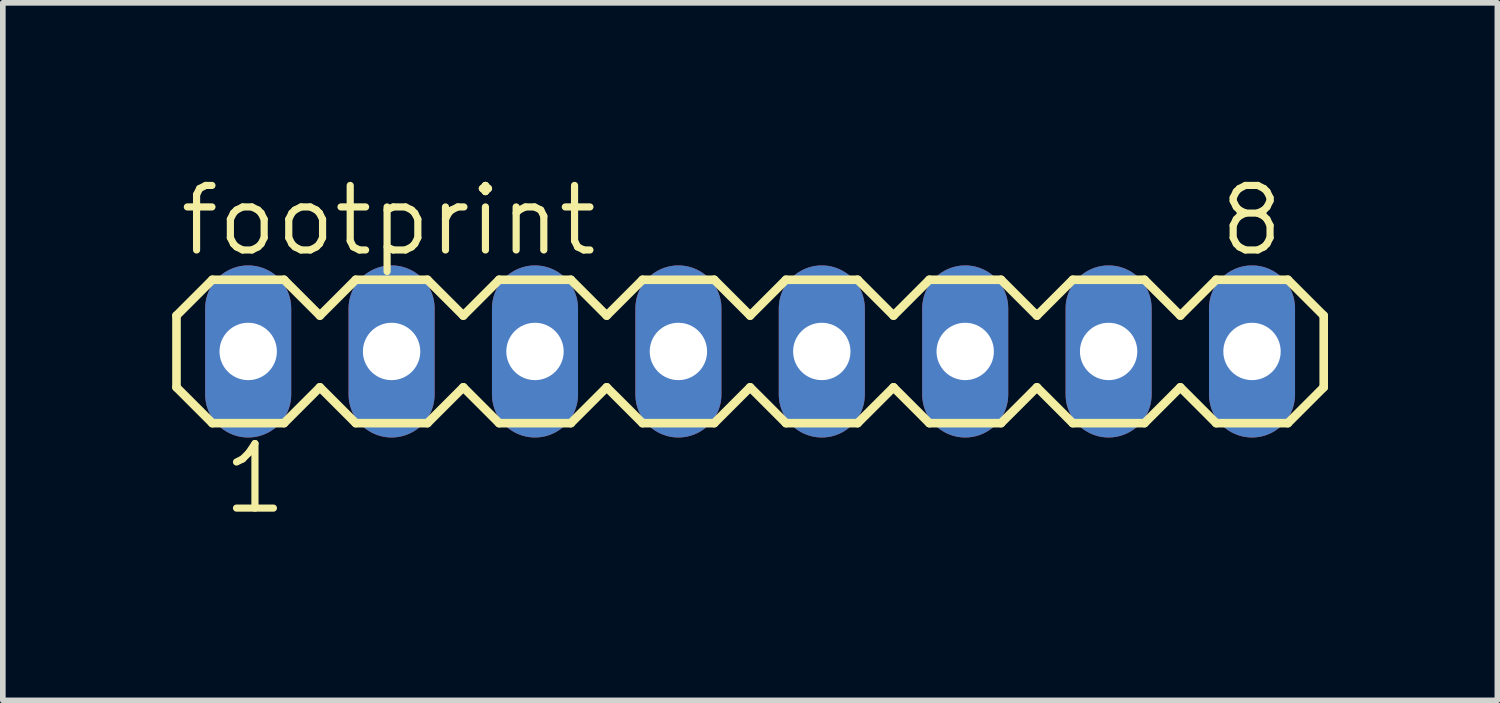
<source format=kicad_pcb>
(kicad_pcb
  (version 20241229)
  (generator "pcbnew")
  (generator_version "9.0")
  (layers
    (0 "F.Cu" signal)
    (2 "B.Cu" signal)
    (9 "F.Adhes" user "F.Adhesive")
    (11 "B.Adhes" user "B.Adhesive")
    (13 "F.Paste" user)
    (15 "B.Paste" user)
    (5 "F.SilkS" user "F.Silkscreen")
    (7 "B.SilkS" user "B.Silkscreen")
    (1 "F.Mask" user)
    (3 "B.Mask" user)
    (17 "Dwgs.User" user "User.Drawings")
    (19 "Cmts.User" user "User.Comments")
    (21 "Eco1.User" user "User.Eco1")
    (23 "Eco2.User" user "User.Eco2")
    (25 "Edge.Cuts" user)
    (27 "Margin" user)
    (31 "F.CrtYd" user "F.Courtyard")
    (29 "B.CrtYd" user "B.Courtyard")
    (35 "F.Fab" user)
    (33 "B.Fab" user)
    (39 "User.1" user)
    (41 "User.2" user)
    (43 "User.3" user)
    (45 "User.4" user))
  (footprint "footprint"
    (layer "F.Cu")
    (at 10.236 3.175)
    (property "Reference" "footprint" (at -10.16 -1.651 0) (layer "F.SilkS") (effects (font (size 1.143 1.143) (thickness 0.127)) (justify left bottom)))
    (fp_line (start -10.16 -0.635) (end -10.16 0.635) (stroke (width 0.152) (type solid)) (layer "F.SilkS"))
    (fp_line (start -10.16 0.635) (end -9.525 1.27) (stroke (width 0.152) (type solid)) (layer "F.SilkS"))
    (fp_line (start -9.525 -1.27) (end -10.16 -0.635) (stroke (width 0.152) (type solid)) (layer "F.SilkS"))
    (fp_line (start -9.525 -1.27) (end -8.255 -1.27) (stroke (width 0.152) (type solid)) (layer "F.SilkS"))
    (fp_line (start -8.255 -1.27) (end -7.62 -0.635) (stroke (width 0.152) (type solid)) (layer "F.SilkS"))
    (fp_line (start -8.255 1.27) (end -9.525 1.27) (stroke (width 0.152) (type solid)) (layer "F.SilkS"))
    (fp_line (start -7.62 -0.635) (end -6.985 -1.27) (stroke (width 0.152) (type solid)) (layer "F.SilkS"))
    (fp_line (start -7.62 0.635) (end -8.255 1.27) (stroke (width 0.152) (type solid)) (layer "F.SilkS"))
    (fp_line (start -6.985 -1.27) (end -5.715 -1.27) (stroke (width 0.152) (type solid)) (layer "F.SilkS"))
    (fp_line (start -6.985 1.27) (end -7.62 0.635) (stroke (width 0.152) (type solid)) (layer "F.SilkS"))
    (fp_line (start -5.715 -1.27) (end -5.08 -0.635) (stroke (width 0.152) (type solid)) (layer "F.SilkS"))
    (fp_line (start -5.715 1.27) (end -6.985 1.27) (stroke (width 0.152) (type solid)) (layer "F.SilkS"))
    (fp_line (start -5.08 -0.635) (end -4.445 -1.27) (stroke (width 0.152) (type solid)) (layer "F.SilkS"))
    (fp_line (start -5.08 0.635) (end -5.715 1.27) (stroke (width 0.152) (type solid)) (layer "F.SilkS"))
    (fp_line (start -4.445 -1.27) (end -3.175 -1.27) (stroke (width 0.152) (type solid)) (layer "F.SilkS"))
    (fp_line (start -4.445 1.27) (end -5.08 0.635) (stroke (width 0.152) (type solid)) (layer "F.SilkS"))
    (fp_line (start -3.175 -1.27) (end -2.54 -0.635) (stroke (width 0.152) (type solid)) (layer "F.SilkS"))
    (fp_line (start -3.175 1.27) (end -4.445 1.27) (stroke (width 0.152) (type solid)) (layer "F.SilkS"))
    (fp_line (start -2.54 0.635) (end -3.175 1.27) (stroke (width 0.152) (type solid)) (layer "F.SilkS"))
    (fp_line (start -2.54 0.635) (end -1.905 1.27) (stroke (width 0.152) (type solid)) (layer "F.SilkS"))
    (fp_line (start -1.905 -1.27) (end -2.54 -0.635) (stroke (width 0.152) (type solid)) (layer "F.SilkS"))
    (fp_line (start -1.905 -1.27) (end -0.635 -1.27) (stroke (width 0.152) (type solid)) (layer "F.SilkS"))
    (fp_line (start -0.635 -1.27) (end 0 -0.635) (stroke (width 0.152) (type solid)) (layer "F.SilkS"))
    (fp_line (start -0.635 1.27) (end -1.905 1.27) (stroke (width 0.152) (type solid)) (layer "F.SilkS"))
    (fp_line (start 0 0.635) (end -0.635 1.27) (stroke (width 0.152) (type solid)) (layer "F.SilkS"))
    (fp_line (start 0 0.635) (end 0.635 1.27) (stroke (width 0.152) (type solid)) (layer "F.SilkS"))
    (fp_line (start 0.635 -1.27) (end 0 -0.635) (stroke (width 0.152) (type solid)) (layer "F.SilkS"))
    (fp_line (start 0.635 -1.27) (end 1.905 -1.27) (stroke (width 0.152) (type solid)) (layer "F.SilkS"))
    (fp_line (start 1.905 -1.27) (end 2.54 -0.635) (stroke (width 0.152) (type solid)) (layer "F.SilkS"))
    (fp_line (start 1.905 1.27) (end 0.635 1.27) (stroke (width 0.152) (type solid)) (layer "F.SilkS"))
    (fp_line (start 2.54 -0.635) (end 3.175 -1.27) (stroke (width 0.152) (type solid)) (layer "F.SilkS"))
    (fp_line (start 2.54 0.635) (end 1.905 1.27) (stroke (width 0.152) (type solid)) (layer "F.SilkS"))
    (fp_line (start 3.175 -1.27) (end 4.445 -1.27) (stroke (width 0.152) (type solid)) (layer "F.SilkS"))
    (fp_line (start 3.175 1.27) (end 2.54 0.635) (stroke (width 0.152) (type solid)) (layer "F.SilkS"))
    (fp_line (start 4.445 -1.27) (end 5.08 -0.635) (stroke (width 0.152) (type solid)) (layer "F.SilkS"))
    (fp_line (start 4.445 1.27) (end 3.175 1.27) (stroke (width 0.152) (type solid)) (layer "F.SilkS"))
    (fp_line (start 5.08 -0.635) (end 5.715 -1.27) (stroke (width 0.152) (type solid)) (layer "F.SilkS"))
    (fp_line (start 5.08 0.635) (end 4.445 1.27) (stroke (width 0.152) (type solid)) (layer "F.SilkS"))
    (fp_line (start 5.715 -1.27) (end 6.985 -1.27) (stroke (width 0.152) (type solid)) (layer "F.SilkS"))
    (fp_line (start 5.715 1.27) (end 5.08 0.635) (stroke (width 0.152) (type solid)) (layer "F.SilkS"))
    (fp_line (start 6.985 -1.27) (end 7.62 -0.635) (stroke (width 0.152) (type solid)) (layer "F.SilkS"))
    (fp_line (start 6.985 1.27) (end 5.715 1.27) (stroke (width 0.152) (type solid)) (layer "F.SilkS"))
    (fp_line (start 7.62 0.635) (end 6.985 1.27) (stroke (width 0.152) (type solid)) (layer "F.SilkS"))
    (fp_line (start 7.62 0.635) (end 8.255 1.27) (stroke (width 0.152) (type solid)) (layer "F.SilkS"))
    (fp_line (start 8.255 -1.27) (end 7.62 -0.635) (stroke (width 0.152) (type solid)) (layer "F.SilkS"))
    (fp_line (start 8.255 -1.27) (end 9.525 -1.27) (stroke (width 0.152) (type solid)) (layer "F.SilkS"))
    (fp_line (start 9.525 -1.27) (end 10.16 -0.635) (stroke (width 0.152) (type solid)) (layer "F.SilkS"))
    (fp_line (start 9.525 1.27) (end 8.255 1.27) (stroke (width 0.152) (type solid)) (layer "F.SilkS"))
    (fp_line (start 10.16 -0.635) (end 10.16 0.635) (stroke (width 0.152) (type solid)) (layer "F.SilkS"))
    (fp_line (start 10.16 0.635) (end 9.525 1.27) (stroke (width 0.152) (type solid)) (layer "F.SilkS"))
    (fp_poly (pts (xy -9.144 0.254) (xy -8.636 0.254) (xy -8.636 -0.254) (xy -9.144 -0.254)) (stroke (width 0.1) (type solid)) (fill no) (layer "F.Fab"))
    (fp_poly (pts (xy -6.604 0.254) (xy -6.096 0.254) (xy -6.096 -0.254) (xy -6.604 -0.254)) (stroke (width 0.1) (type solid)) (fill no) (layer "F.Fab"))
    (fp_poly (pts (xy -4.064 0.254) (xy -3.556 0.254) (xy -3.556 -0.254) (xy -4.064 -0.254)) (stroke (width 0.1) (type solid)) (fill no) (layer "F.Fab"))
    (fp_poly (pts (xy -1.524 0.254) (xy -1.016 0.254) (xy -1.016 -0.254) (xy -1.524 -0.254)) (stroke (width 0.1) (type solid)) (fill no) (layer "F.Fab"))
    (fp_poly (pts (xy 1.016 0.254) (xy 1.524 0.254) (xy 1.524 -0.254) (xy 1.016 -0.254)) (stroke (width 0.1) (type solid)) (fill no) (layer "F.Fab"))
    (fp_poly (pts (xy 3.556 0.254) (xy 4.064 0.254) (xy 4.064 -0.254) (xy 3.556 -0.254)) (stroke (width 0.1) (type solid)) (fill no) (layer "F.Fab"))
    (fp_poly (pts (xy 6.096 0.254) (xy 6.604 0.254) (xy 6.604 -0.254) (xy 6.096 -0.254)) (stroke (width 0.1) (type solid)) (fill no) (layer "F.Fab"))
    (fp_poly (pts (xy 8.636 0.254) (xy 9.144 0.254) (xy 9.144 -0.254) (xy 8.636 -0.254)) (stroke (width 0.1) (type solid)) (fill no) (layer "F.Fab"))
    (fp_text user "1" (at -9.398 2.921 0) (layer "F.SilkS") (effects (font (size 1.143 1.143) (thickness 0.127)) (justify left bottom)))
    (fp_text user "8" (at 8.255 -1.651 0) (layer "F.SilkS") (effects (font (size 1.143 1.143) (thickness 0.127)) (justify left bottom)))
    (pad "1" thru_hole oval (at -8.89 0 90) (size 3.048 1.524) (drill 1.016) (layers "*.Cu" "*.Mask"))
    (pad "2" thru_hole oval (at -6.35 0 90) (size 3.048 1.524) (drill 1.016) (layers "*.Cu" "*.Mask"))
    (pad "3" thru_hole oval (at -3.81 0 90) (size 3.048 1.524) (drill 1.016) (layers "*.Cu" "*.Mask"))
    (pad "4" thru_hole oval (at -1.27 0 90) (size 3.048 1.524) (drill 1.016) (layers "*.Cu" "*.Mask"))
    (pad "5" thru_hole oval (at 1.27 0 90) (size 3.048 1.524) (drill 1.016) (layers "*.Cu" "*.Mask"))
    (pad "6" thru_hole oval (at 3.81 0 90) (size 3.048 1.524) (drill 1.016) (layers "*.Cu" "*.Mask"))
    (pad "7" thru_hole oval (at 6.35 0 90) (size 3.048 1.524) (drill 1.016) (layers "*.Cu" "*.Mask"))
    (pad "8" thru_hole oval (at 8.89 0 90) (size 3.048 1.524) (drill 1.016) (layers "*.Cu" "*.Mask")))
  (gr_rect
    (start -3 -3)
    (end 23.472 9.355)
    (stroke (width 0.1) (type default))
    (fill no)
    (layer "Edge.Cuts")))
</source>
